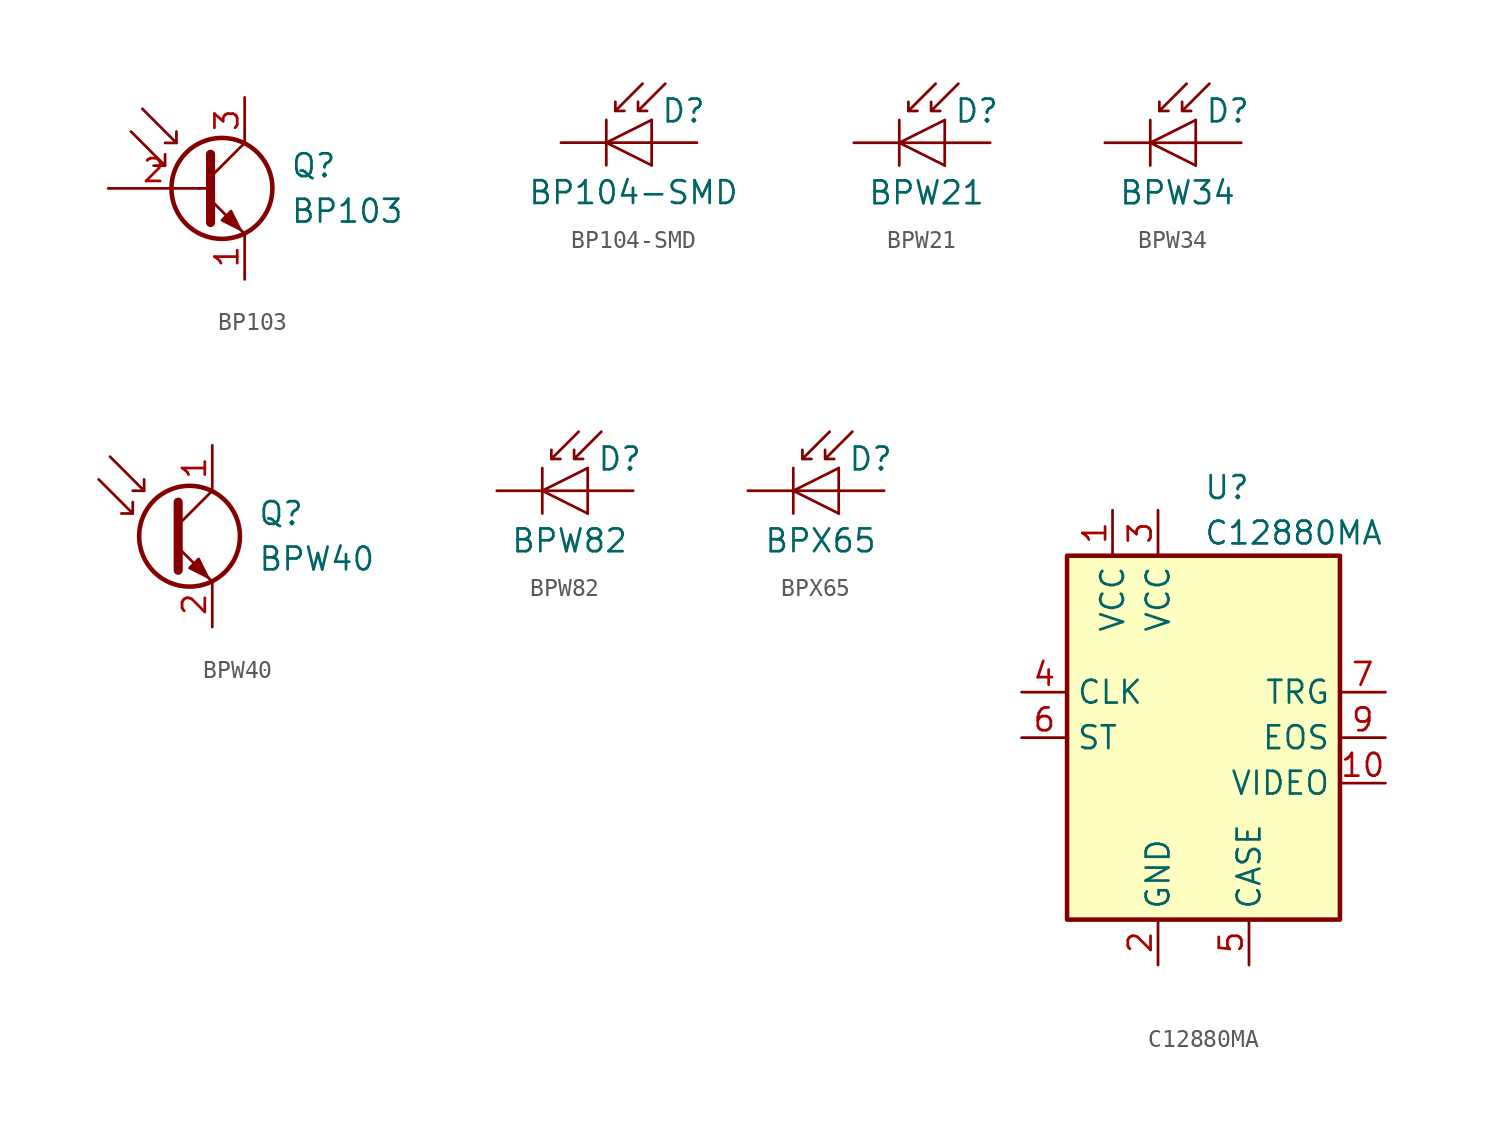
<source format=kicad_sym>
(kicad_symbol_lib
  (version 20211014)
  (generator kicad_symbol_editor)
  (symbol "BP103"
    (pin_names
      (offset 0) hide)
    (property "Reference" "Q"
      (at 5.08 1.27 0)
      (effects (font (size 1.27 1.27)) (justify left)))
    (property "Value" "BP103"
      (at 5.08 -1.27 0)
      (effects (font (size 1.27 1.27)) (justify left)))
    (symbol "BP103_0_0"
      (polyline (pts (xy 0 0) (xy 0.635 0)) (stroke (width 0) (type default) (color 0 0 0 0)) (fill (type none))))
    (symbol "BP103_0_1"
      (polyline (pts (xy -1.905 1.27) (xy -2.54 1.27)) (stroke (width 0) (type default) (color 0 0 0 0)) (fill (type none)))
      (polyline (pts (xy -1.27 2.54) (xy -1.905 2.54)) (stroke (width 0) (type default) (color 0 0 0 0)) (fill (type none)))
      (polyline (pts (xy 0.635 0.635) (xy 2.54 2.54)) (stroke (width 0) (type default) (color 0 0 0 0)) (fill (type none)))
      (polyline (pts (xy -3.81 3.175) (xy -1.905 1.27) (xy -1.905 1.905)) (stroke (width 0) (type default) (color 0 0 0 0)) (fill (type none)))
      (polyline (pts (xy -3.175 4.445) (xy -1.27 2.54) (xy -1.27 3.175)) (stroke (width 0) (type default) (color 0 0 0 0)) (fill (type none)))
      (polyline (pts (xy 0.635 -0.635) (xy 2.54 -2.54) (xy 2.54 -2.54)) (stroke (width 0) (type default) (color 0 0 0 0)) (fill (type none)))
      (polyline (pts (xy 0.635 1.905) (xy 0.635 -1.905) (xy 0.635 -1.905)) (stroke (width 0.508) (type default) (color 0 0 0 0)) (fill (type none)))
      (polyline (pts (xy 1.27 -1.778) (xy 1.778 -1.27) (xy 2.286 -2.286) (xy 1.27 -1.778) (xy 1.27 -1.778)) (stroke (width 0) (type default) (color 0 0 0 0)) (fill (type outline)))
      (circle (center 1.27 0) (radius 2.819) (stroke (width 0.254) (type default) (color 0 0 0 0)) (fill (type none))))
    (symbol "BP103_1_1"
      (pin passive line (at 2.54 -5.08 90) (length 2.54) (name "E" (effects (font (size 1.27 1.27)))) (number "1" (effects (font (size 1.27 1.27)))))
      (pin input line (at -5.08 0 0) (length 5.08) (name "B" (effects (font (size 1.27 1.27)))) (number "2" (effects (font (size 1.27 1.27)))))
      (pin passive line (at 2.54 5.08 270) (length 2.54) (name "C" (effects (font (size 1.27 1.27)))) (number "3" (effects (font (size 1.27 1.27)))))))
  (symbol "BP104-SMD"
    (pin_numbers hide)
    (pin_names
      (offset 1.016) hide)
    (property "Reference" "D"
      (at 0.508 1.778 0)
      (effects (font (size 1.27 1.27)) (justify left)))
    (property "Value" "BP104-SMD"
      (at -1.016 -2.794 0)
      (effects (font (size 1.27 1.27))))
    (symbol "BP104-SMD_0_1"
      (polyline (pts (xy -2.54 1.27) (xy -2.54 -1.27)) (stroke (width 0.152) (type default) (color 0 0 0 0)) (fill (type none)))
      (polyline (pts (xy -2.032 1.778) (xy -1.524 1.778)) (stroke (width 0) (type default) (color 0 0 0 0)) (fill (type none)))
      (polyline (pts (xy 0 -1.27) (xy 0 1.27)) (stroke (width 0) (type default) (color 0 0 0 0)) (fill (type none)))
      (polyline (pts (xy 0 0) (xy -2.54 0)) (stroke (width 0) (type default) (color 0 0 0 0)) (fill (type none)))
      (polyline (pts (xy -0.508 3.302) (xy -2.032 1.778) (xy -2.032 2.286)) (stroke (width 0) (type default) (color 0 0 0 0)) (fill (type none)))
      (polyline (pts (xy 0 1.27) (xy -2.54 0) (xy 0 -1.27)) (stroke (width 0) (type default) (color 0 0 0 0)) (fill (type none)))
      (polyline (pts (xy 0.762 3.302) (xy -0.762 1.778) (xy -0.762 2.286) (xy -0.762 1.778) (xy -0.254 1.778)) (stroke (width 0) (type default) (color 0 0 0 0)) (fill (type none))))
    (symbol "BP104-SMD_1_1"
      (pin passive line (at -5.08 0 0) (length 2.54) (name "K" (effects (font (size 1.27 1.27)))) (number "1" (effects (font (size 1.27 1.27)))))
      (pin passive line (at 2.54 0 180) (length 2.54) (name "A" (effects (font (size 1.27 1.27)))) (number "2" (effects (font (size 1.27 1.27)))))))
  (symbol "BPW21"
    (pin_numbers hide)
    (pin_names hide)
    (property "Reference" "D"
      (at 0.508 1.778 0)
      (effects (font (size 1.27 1.27)) (justify left)))
    (property "Value" "BPW21"
      (at -1.016 -2.794 0)
      (effects (font (size 1.27 1.27))))
    (symbol "BPW21_0_1"
      (polyline (pts (xy -2.54 1.27) (xy -2.54 -1.27)) (stroke (width 0.152) (type default) (color 0 0 0 0)) (fill (type none)))
      (polyline (pts (xy -2.032 1.778) (xy -1.524 1.778)) (stroke (width 0) (type default) (color 0 0 0 0)) (fill (type none)))
      (polyline (pts (xy 0 0) (xy -2.54 0)) (stroke (width 0) (type default) (color 0 0 0 0)) (fill (type none)))
      (polyline (pts (xy 0 1.27) (xy 0 -1.27)) (stroke (width 0) (type default) (color 0 0 0 0)) (fill (type none)))
      (polyline (pts (xy -0.508 3.302) (xy -2.032 1.778) (xy -2.032 2.286)) (stroke (width 0) (type default) (color 0 0 0 0)) (fill (type none)))
      (polyline (pts (xy 0 1.27) (xy -2.54 0) (xy 0 -1.27)) (stroke (width 0) (type default) (color 0 0 0 0)) (fill (type none)))
      (polyline (pts (xy 0.762 3.302) (xy -0.762 1.778) (xy -0.762 2.286) (xy -0.762 1.778) (xy -0.254 1.778)) (stroke (width 0) (type default) (color 0 0 0 0)) (fill (type none))))
    (symbol "BPW21_1_1"
      (pin passive line (at 2.54 0 180) (length 2.54) (name "A" (effects (font (size 1.27 1.27)))) (number "1" (effects (font (size 1.27 1.27)))))
      (pin passive line (at -5.08 0 0) (length 2.54) (name "K" (effects (font (size 1.27 1.27)))) (number "2" (effects (font (size 1.27 1.27)))))))
  (symbol "BPW34"
    (pin_numbers hide)
    (pin_names
      (offset 1.016) hide)
    (property "Reference" "D"
      (at 0.508 1.778 0)
      (effects (font (size 1.27 1.27)) (justify left)))
    (property "Value" "BPW34"
      (at -1.016 -2.794 0)
      (effects (font (size 1.27 1.27))))
    (symbol "BPW34_0_1"
      (polyline (pts (xy -2.54 1.27) (xy -2.54 -1.27)) (stroke (width 0.152) (type default) (color 0 0 0 0)) (fill (type none)))
      (polyline (pts (xy -2.032 1.778) (xy -1.524 1.778)) (stroke (width 0) (type default) (color 0 0 0 0)) (fill (type none)))
      (polyline (pts (xy 0 -1.27) (xy 0 1.27)) (stroke (width 0) (type default) (color 0 0 0 0)) (fill (type none)))
      (polyline (pts (xy 0 0) (xy -2.54 0)) (stroke (width 0) (type default) (color 0 0 0 0)) (fill (type none)))
      (polyline (pts (xy -0.508 3.302) (xy -2.032 1.778) (xy -2.032 2.286)) (stroke (width 0) (type default) (color 0 0 0 0)) (fill (type none)))
      (polyline (pts (xy 0 1.27) (xy -2.54 0) (xy 0 -1.27)) (stroke (width 0) (type default) (color 0 0 0 0)) (fill (type none)))
      (polyline (pts (xy 0.762 3.302) (xy -0.762 1.778) (xy -0.762 2.286) (xy -0.762 1.778) (xy -0.254 1.778)) (stroke (width 0) (type default) (color 0 0 0 0)) (fill (type none))))
    (symbol "BPW34_1_1"
      (pin passive line (at -5.08 0 0) (length 2.54) (name "K" (effects (font (size 1.27 1.27)))) (number "1" (effects (font (size 1.27 1.27)))))
      (pin passive line (at 2.54 0 180) (length 2.54) (name "A" (effects (font (size 1.27 1.27)))) (number "2" (effects (font (size 1.27 1.27)))))))
  (symbol "BPW40"
    (pin_names
      (offset 0) hide)
    (property "Reference" "Q"
      (at 5.08 1.27 0)
      (effects (font (size 1.27 1.27)) (justify left)))
    (property "Value" "BPW40"
      (at 5.08 -1.27 0)
      (effects (font (size 1.27 1.27)) (justify left)))
    (symbol "BPW40_0_1"
      (polyline (pts (xy -1.905 1.27) (xy -2.54 1.27)) (stroke (width 0) (type default) (color 0 0 0 0)) (fill (type none)))
      (polyline (pts (xy -1.27 2.54) (xy -1.905 2.54)) (stroke (width 0) (type default) (color 0 0 0 0)) (fill (type none)))
      (polyline (pts (xy 0.635 0.635) (xy 2.54 2.54)) (stroke (width 0) (type default) (color 0 0 0 0)) (fill (type none)))
      (polyline (pts (xy -3.81 3.175) (xy -1.905 1.27) (xy -1.905 1.905)) (stroke (width 0) (type default) (color 0 0 0 0)) (fill (type none)))
      (polyline (pts (xy -3.175 4.445) (xy -1.27 2.54) (xy -1.27 3.175)) (stroke (width 0) (type default) (color 0 0 0 0)) (fill (type none)))
      (polyline (pts (xy 0.635 -0.635) (xy 2.54 -2.54) (xy 2.54 -2.54)) (stroke (width 0) (type default) (color 0 0 0 0)) (fill (type none)))
      (polyline (pts (xy 0.635 1.905) (xy 0.635 -1.905) (xy 0.635 -1.905)) (stroke (width 0.508) (type default) (color 0 0 0 0)) (fill (type none)))
      (polyline (pts (xy 1.27 -1.778) (xy 1.778 -1.27) (xy 2.286 -2.286) (xy 1.27 -1.778) (xy 1.27 -1.778)) (stroke (width 0) (type default) (color 0 0 0 0)) (fill (type outline)))
      (circle (center 1.27 0) (radius 2.819) (stroke (width 0.254) (type default) (color 0 0 0 0)) (fill (type none))))
    (symbol "BPW40_1_1"
      (pin passive line (at 2.54 5.08 270) (length 2.54) (name "C" (effects (font (size 1.27 1.27)))) (number "1" (effects (font (size 1.27 1.27)))))
      (pin passive line (at 2.54 -5.08 90) (length 2.54) (name "E" (effects (font (size 1.27 1.27)))) (number "2" (effects (font (size 1.27 1.27)))))))
  (symbol "BPW82"
    (pin_numbers hide)
    (pin_names hide)
    (property "Reference" "D"
      (at 0.508 1.778 0)
      (effects (font (size 1.27 1.27)) (justify left)))
    (property "Value" "BPW82"
      (at -1.016 -2.794 0)
      (effects (font (size 1.27 1.27))))
    (symbol "BPW82_0_1"
      (polyline (pts (xy -2.54 1.27) (xy -2.54 -1.27)) (stroke (width 0.152) (type default) (color 0 0 0 0)) (fill (type none)))
      (polyline (pts (xy -2.032 1.778) (xy -1.524 1.778)) (stroke (width 0) (type default) (color 0 0 0 0)) (fill (type none)))
      (polyline (pts (xy 0 0) (xy -2.54 0)) (stroke (width 0) (type default) (color 0 0 0 0)) (fill (type none)))
      (polyline (pts (xy 0 1.27) (xy 0 -1.27)) (stroke (width 0) (type default) (color 0 0 0 0)) (fill (type none)))
      (polyline (pts (xy -0.508 3.302) (xy -2.032 1.778) (xy -2.032 2.286)) (stroke (width 0) (type default) (color 0 0 0 0)) (fill (type none)))
      (polyline (pts (xy 0 1.27) (xy -2.54 0) (xy 0 -1.27)) (stroke (width 0) (type default) (color 0 0 0 0)) (fill (type none)))
      (polyline (pts (xy 0.762 3.302) (xy -0.762 1.778) (xy -0.762 2.286) (xy -0.762 1.778) (xy -0.254 1.778)) (stroke (width 0) (type default) (color 0 0 0 0)) (fill (type none))))
    (symbol "BPW82_1_1"
      (pin passive line (at -5.08 0 0) (length 2.54) (name "K" (effects (font (size 1.27 1.27)))) (number "1" (effects (font (size 1.27 1.27)))))
      (pin passive line (at 2.54 0 180) (length 2.54) (name "A" (effects (font (size 1.27 1.27)))) (number "2" (effects (font (size 1.27 1.27)))))))
  (symbol "BPX65"
    (pin_numbers hide)
    (pin_names
      (offset 1.016) hide)
    (property "Reference" "D"
      (at 0.508 1.778 0)
      (effects (font (size 1.27 1.27)) (justify left)))
    (property "Value" "BPX65"
      (at -1.016 -2.794 0)
      (effects (font (size 1.27 1.27))))
    (symbol "BPX65_0_1"
      (polyline (pts (xy -2.54 1.27) (xy -2.54 -1.27)) (stroke (width 0.152) (type default) (color 0 0 0 0)) (fill (type none)))
      (polyline (pts (xy -2.032 1.778) (xy -1.524 1.778)) (stroke (width 0) (type default) (color 0 0 0 0)) (fill (type none)))
      (polyline (pts (xy 0 -1.27) (xy 0 1.27)) (stroke (width 0) (type default) (color 0 0 0 0)) (fill (type none)))
      (polyline (pts (xy 0 0) (xy -2.54 0)) (stroke (width 0) (type default) (color 0 0 0 0)) (fill (type none)))
      (polyline (pts (xy -0.508 3.302) (xy -2.032 1.778) (xy -2.032 2.286)) (stroke (width 0) (type default) (color 0 0 0 0)) (fill (type none)))
      (polyline (pts (xy 0 1.27) (xy -2.54 0) (xy 0 -1.27)) (stroke (width 0) (type default) (color 0 0 0 0)) (fill (type none)))
      (polyline (pts (xy 0.762 3.302) (xy -0.762 1.778) (xy -0.762 2.286) (xy -0.762 1.778) (xy -0.254 1.778)) (stroke (width 0) (type default) (color 0 0 0 0)) (fill (type none))))
    (symbol "BPX65_1_1"
      (pin passive line (at -5.08 0 0) (length 2.54) (name "K" (effects (font (size 1.27 1.27)))) (number "1" (effects (font (size 1.27 1.27)))))
      (pin passive line (at 2.54 0 180) (length 2.54) (name "A" (effects (font (size 1.27 1.27)))) (number "2" (effects (font (size 1.27 1.27)))))))
  (symbol "C12880MA"
    (property "Reference" "U"
      (at 0 13.97 0)
      (effects (font (size 1.27 1.27)) (justify left)))
    (property "Value" "C12880MA"
      (at 0 11.43 0)
      (effects (font (size 1.27 1.27)) (justify left)))
    (symbol "C12880MA_0_1"
      (rectangle (start -7.62 10.16) (end 7.62 -10.16) (stroke (width 0.254) (type default) (color 0 0 0 0)) (fill (type background))))
    (symbol "C12880MA_1_1"
      (pin power_in line (at -5.08 12.7 270) (length 2.54) (name "VCC" (effects (font (size 1.27 1.27)))) (number "1" (effects (font (size 1.27 1.27)))))
      (pin output line (at 10.16 -2.54 180) (length 2.54) (name "VIDEO" (effects (font (size 1.27 1.27)))) (number "10" (effects (font (size 1.27 1.27)))))
      (pin power_in line (at -2.54 -12.7 90) (length 2.54) (name "GND" (effects (font (size 1.27 1.27)))) (number "2" (effects (font (size 1.27 1.27)))))
      (pin power_in line (at -2.54 12.7 270) (length 2.54) (name "VCC" (effects (font (size 1.27 1.27)))) (number "3" (effects (font (size 1.27 1.27)))))
      (pin input line (at -10.16 2.54 0) (length 2.54) (name "CLK" (effects (font (size 1.27 1.27)))) (number "4" (effects (font (size 1.27 1.27)))))
      (pin passive line (at 2.54 -12.7 90) (length 2.54) (name "CASE" (effects (font (size 1.27 1.27)))) (number "5" (effects (font (size 1.27 1.27)))))
      (pin input line (at -10.16 0 0) (length 2.54) (name "ST" (effects (font (size 1.27 1.27)))) (number "6" (effects (font (size 1.27 1.27)))))
      (pin output line (at 10.16 2.54 180) (length 2.54) (name "TRG" (effects (font (size 1.27 1.27)))) (number "7" (effects (font (size 1.27 1.27)))))
      (pin no_connect line (at -7.62 -2.54 0) (length 2.54) hide (name "NC" (effects (font (size 1.27 1.27)))) (number "8" (effects (font (size 1.27 1.27)))))
      (pin output line (at 10.16 0 180) (length 2.54) (name "EOS" (effects (font (size 1.27 1.27)))) (number "9" (effects (font (size 1.27 1.27))))))))
</source>
